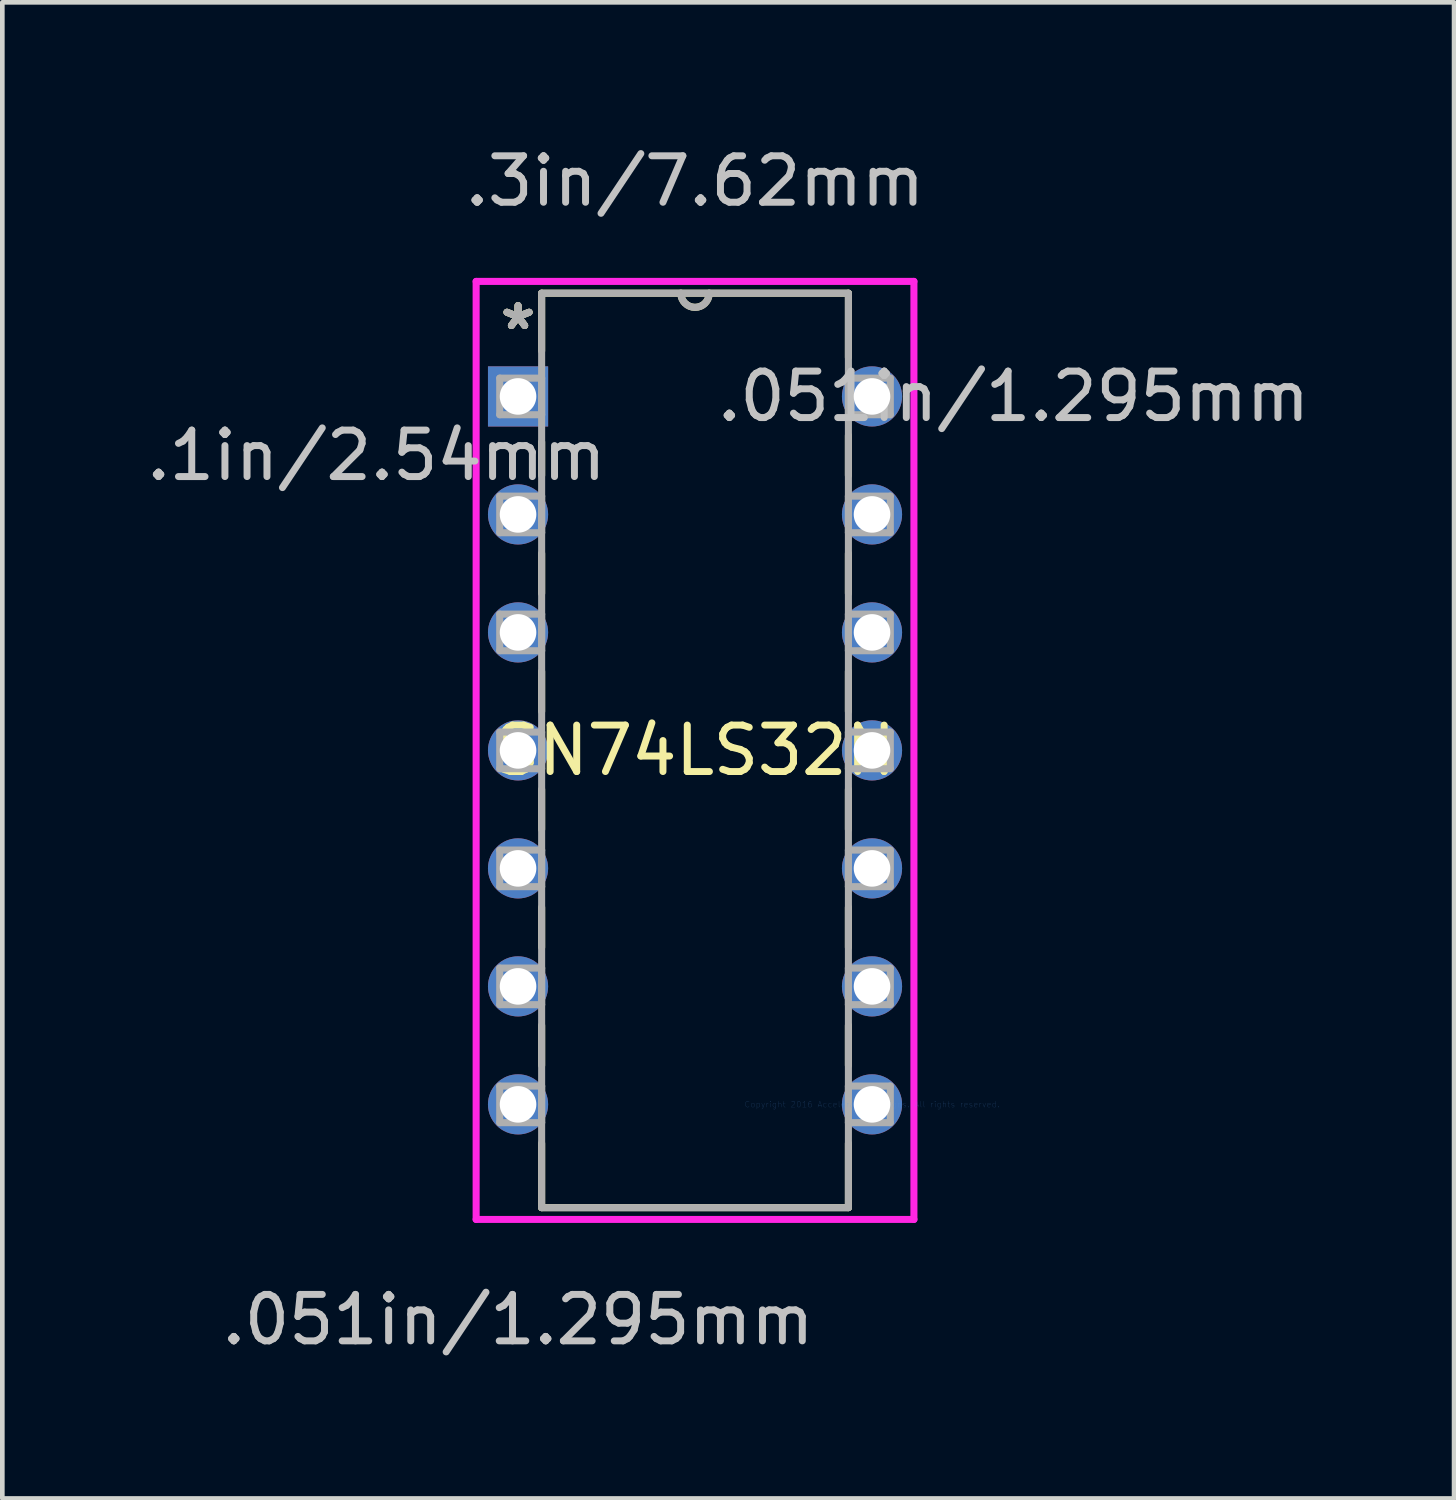
<source format=kicad_pcb>
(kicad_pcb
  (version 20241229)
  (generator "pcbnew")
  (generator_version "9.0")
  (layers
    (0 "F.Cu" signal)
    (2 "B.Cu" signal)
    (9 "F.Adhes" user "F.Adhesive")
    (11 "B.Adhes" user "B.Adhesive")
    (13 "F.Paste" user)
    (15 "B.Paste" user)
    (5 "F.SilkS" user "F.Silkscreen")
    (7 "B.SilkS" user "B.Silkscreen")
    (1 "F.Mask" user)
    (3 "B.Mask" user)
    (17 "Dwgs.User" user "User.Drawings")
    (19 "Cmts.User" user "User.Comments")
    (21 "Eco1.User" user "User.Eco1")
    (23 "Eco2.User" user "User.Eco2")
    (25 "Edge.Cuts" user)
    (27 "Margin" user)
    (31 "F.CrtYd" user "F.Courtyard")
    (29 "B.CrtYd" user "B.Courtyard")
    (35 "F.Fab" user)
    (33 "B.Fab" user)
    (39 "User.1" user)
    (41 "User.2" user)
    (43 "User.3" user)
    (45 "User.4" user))
  (footprint "SN74LS32N"
    (layer "F.Cu")
    (at 15.722 20.724)
    (property "Reference" "SN74LS32N" (at -3.81 -7.62 0) (layer "F.SilkS") (effects (font (size 1 1) (thickness 0.15))))
    (attr through_hole)
    (fp_line (start -7.112 -17.462) (end -7.112 -16.22) (stroke (width 0.152) (type solid)) (layer "F.SilkS"))
    (fp_line (start -7.112 -14.26) (end -7.112 -13.539) (stroke (width 0.152) (type solid)) (layer "F.SilkS"))
    (fp_line (start -7.112 -11.861) (end -7.112 -10.999) (stroke (width 0.152) (type solid)) (layer "F.SilkS"))
    (fp_line (start -7.112 -9.321) (end -7.112 -8.459) (stroke (width 0.152) (type solid)) (layer "F.SilkS"))
    (fp_line (start -7.112 -6.781) (end -7.112 -5.919) (stroke (width 0.152) (type solid)) (layer "F.SilkS"))
    (fp_line (start -7.112 -4.241) (end -7.112 -3.379) (stroke (width 0.152) (type solid)) (layer "F.SilkS"))
    (fp_line (start -7.112 -1.701) (end -7.112 -0.839) (stroke (width 0.152) (type solid)) (layer "F.SilkS"))
    (fp_line (start -7.112 0.839) (end -7.112 2.223) (stroke (width 0.152) (type solid)) (layer "F.SilkS"))
    (fp_line (start -7.112 2.223) (end -0.508 2.223) (stroke (width 0.152) (type solid)) (layer "F.SilkS"))
    (fp_line (start -0.508 -17.462) (end -7.112 -17.462) (stroke (width 0.152) (type solid)) (layer "F.SilkS"))
    (fp_line (start -0.508 -16.079) (end -0.508 -17.462) (stroke (width 0.152) (type solid)) (layer "F.SilkS"))
    (fp_line (start -0.508 -13.539) (end -0.508 -14.401) (stroke (width 0.152) (type solid)) (layer "F.SilkS"))
    (fp_line (start -0.508 -10.999) (end -0.508 -11.861) (stroke (width 0.152) (type solid)) (layer "F.SilkS"))
    (fp_line (start -0.508 -8.459) (end -0.508 -9.321) (stroke (width 0.152) (type solid)) (layer "F.SilkS"))
    (fp_line (start -0.508 -5.919) (end -0.508 -6.781) (stroke (width 0.152) (type solid)) (layer "F.SilkS"))
    (fp_line (start -0.508 -3.379) (end -0.508 -4.241) (stroke (width 0.152) (type solid)) (layer "F.SilkS"))
    (fp_line (start -0.508 -0.839) (end -0.508 -1.701) (stroke (width 0.152) (type solid)) (layer "F.SilkS"))
    (fp_line (start -0.508 2.223) (end -0.508 0.839) (stroke (width 0.152) (type solid)) (layer "F.SilkS"))
    (fp_arc (start -3.5052 -17.4625) (mid -3.81 -17.1577) (end -4.1148 -17.4625) (stroke (width 0.1524) (type solid)) (layer "F.SilkS"))
    (fp_line (start -8.522 -17.716) (end 0.902 -17.716) (stroke (width 0.152) (type solid)) (layer "F.CrtYd"))
    (fp_line (start -8.522 2.477) (end -8.522 -17.716) (stroke (width 0.152) (type solid)) (layer "F.CrtYd"))
    (fp_line (start 0.902 -17.716) (end 0.902 2.477) (stroke (width 0.152) (type solid)) (layer "F.CrtYd"))
    (fp_line (start 0.902 2.477) (end -8.522 2.477) (stroke (width 0.152) (type solid)) (layer "F.CrtYd"))
    (fp_line (start -8.014 -15.634) (end -8.014 -14.846) (stroke (width 0.152) (type solid)) (layer "F.Fab"))
    (fp_line (start -8.014 -14.846) (end -7.112 -14.846) (stroke (width 0.152) (type solid)) (layer "F.Fab"))
    (fp_line (start -8.014 -13.094) (end -8.014 -12.306) (stroke (width 0.152) (type solid)) (layer "F.Fab"))
    (fp_line (start -8.014 -12.306) (end -7.112 -12.306) (stroke (width 0.152) (type solid)) (layer "F.Fab"))
    (fp_line (start -8.014 -10.554) (end -8.014 -9.766) (stroke (width 0.152) (type solid)) (layer "F.Fab"))
    (fp_line (start -8.014 -9.766) (end -7.112 -9.766) (stroke (width 0.152) (type solid)) (layer "F.Fab"))
    (fp_line (start -8.014 -8.014) (end -8.014 -7.226) (stroke (width 0.152) (type solid)) (layer "F.Fab"))
    (fp_line (start -8.014 -7.226) (end -7.112 -7.226) (stroke (width 0.152) (type solid)) (layer "F.Fab"))
    (fp_line (start -8.014 -5.474) (end -8.014 -4.686) (stroke (width 0.152) (type solid)) (layer "F.Fab"))
    (fp_line (start -8.014 -4.686) (end -7.112 -4.686) (stroke (width 0.152) (type solid)) (layer "F.Fab"))
    (fp_line (start -8.014 -2.934) (end -8.014 -2.146) (stroke (width 0.152) (type solid)) (layer "F.Fab"))
    (fp_line (start -8.014 -2.146) (end -7.112 -2.146) (stroke (width 0.152) (type solid)) (layer "F.Fab"))
    (fp_line (start -8.014 -0.394) (end -8.014 0.394) (stroke (width 0.152) (type solid)) (layer "F.Fab"))
    (fp_line (start -8.014 0.394) (end -7.112 0.394) (stroke (width 0.152) (type solid)) (layer "F.Fab"))
    (fp_line (start -7.112 -17.462) (end -7.112 2.223) (stroke (width 0.152) (type solid)) (layer "F.Fab"))
    (fp_line (start -7.112 -15.634) (end -8.014 -15.634) (stroke (width 0.152) (type solid)) (layer "F.Fab"))
    (fp_line (start -7.112 -14.846) (end -7.112 -15.634) (stroke (width 0.152) (type solid)) (layer "F.Fab"))
    (fp_line (start -7.112 -13.094) (end -8.014 -13.094) (stroke (width 0.152) (type solid)) (layer "F.Fab"))
    (fp_line (start -7.112 -12.306) (end -7.112 -13.094) (stroke (width 0.152) (type solid)) (layer "F.Fab"))
    (fp_line (start -7.112 -10.554) (end -8.014 -10.554) (stroke (width 0.152) (type solid)) (layer "F.Fab"))
    (fp_line (start -7.112 -9.766) (end -7.112 -10.554) (stroke (width 0.152) (type solid)) (layer "F.Fab"))
    (fp_line (start -7.112 -8.014) (end -8.014 -8.014) (stroke (width 0.152) (type solid)) (layer "F.Fab"))
    (fp_line (start -7.112 -7.226) (end -7.112 -8.014) (stroke (width 0.152) (type solid)) (layer "F.Fab"))
    (fp_line (start -7.112 -5.474) (end -8.014 -5.474) (stroke (width 0.152) (type solid)) (layer "F.Fab"))
    (fp_line (start -7.112 -4.686) (end -7.112 -5.474) (stroke (width 0.152) (type solid)) (layer "F.Fab"))
    (fp_line (start -7.112 -2.934) (end -8.014 -2.934) (stroke (width 0.152) (type solid)) (layer "F.Fab"))
    (fp_line (start -7.112 -2.146) (end -7.112 -2.934) (stroke (width 0.152) (type solid)) (layer "F.Fab"))
    (fp_line (start -7.112 -0.394) (end -8.014 -0.394) (stroke (width 0.152) (type solid)) (layer "F.Fab"))
    (fp_line (start -7.112 0.394) (end -7.112 -0.394) (stroke (width 0.152) (type solid)) (layer "F.Fab"))
    (fp_line (start -7.112 2.223) (end -0.508 2.223) (stroke (width 0.152) (type solid)) (layer "F.Fab"))
    (fp_line (start -0.508 -17.462) (end -7.112 -17.462) (stroke (width 0.152) (type solid)) (layer "F.Fab"))
    (fp_line (start -0.508 -15.634) (end -0.508 -14.846) (stroke (width 0.152) (type solid)) (layer "F.Fab"))
    (fp_line (start -0.508 -14.846) (end 0.394 -14.846) (stroke (width 0.152) (type solid)) (layer "F.Fab"))
    (fp_line (start -0.508 -13.094) (end -0.508 -12.306) (stroke (width 0.152) (type solid)) (layer "F.Fab"))
    (fp_line (start -0.508 -12.306) (end 0.394 -12.306) (stroke (width 0.152) (type solid)) (layer "F.Fab"))
    (fp_line (start -0.508 -10.554) (end -0.508 -9.766) (stroke (width 0.152) (type solid)) (layer "F.Fab"))
    (fp_line (start -0.508 -9.766) (end 0.394 -9.766) (stroke (width 0.152) (type solid)) (layer "F.Fab"))
    (fp_line (start -0.508 -8.014) (end -0.508 -7.226) (stroke (width 0.152) (type solid)) (layer "F.Fab"))
    (fp_line (start -0.508 -7.226) (end 0.394 -7.226) (stroke (width 0.152) (type solid)) (layer "F.Fab"))
    (fp_line (start -0.508 -5.474) (end -0.508 -4.686) (stroke (width 0.152) (type solid)) (layer "F.Fab"))
    (fp_line (start -0.508 -4.686) (end 0.394 -4.686) (stroke (width 0.152) (type solid)) (layer "F.Fab"))
    (fp_line (start -0.508 -2.934) (end -0.508 -2.146) (stroke (width 0.152) (type solid)) (layer "F.Fab"))
    (fp_line (start -0.508 -2.146) (end 0.394 -2.146) (stroke (width 0.152) (type solid)) (layer "F.Fab"))
    (fp_line (start -0.508 -0.394) (end -0.508 0.394) (stroke (width 0.152) (type solid)) (layer "F.Fab"))
    (fp_line (start -0.508 0.394) (end 0.394 0.394) (stroke (width 0.152) (type solid)) (layer "F.Fab"))
    (fp_line (start -0.508 2.223) (end -0.508 -17.462) (stroke (width 0.152) (type solid)) (layer "F.Fab"))
    (fp_line (start 0.394 -15.634) (end -0.508 -15.634) (stroke (width 0.152) (type solid)) (layer "F.Fab"))
    (fp_line (start 0.394 -14.846) (end 0.394 -15.634) (stroke (width 0.152) (type solid)) (layer "F.Fab"))
    (fp_line (start 0.394 -13.094) (end -0.508 -13.094) (stroke (width 0.152) (type solid)) (layer "F.Fab"))
    (fp_line (start 0.394 -12.306) (end 0.394 -13.094) (stroke (width 0.152) (type solid)) (layer "F.Fab"))
    (fp_line (start 0.394 -10.554) (end -0.508 -10.554) (stroke (width 0.152) (type solid)) (layer "F.Fab"))
    (fp_line (start 0.394 -9.766) (end 0.394 -10.554) (stroke (width 0.152) (type solid)) (layer "F.Fab"))
    (fp_line (start 0.394 -8.014) (end -0.508 -8.014) (stroke (width 0.152) (type solid)) (layer "F.Fab"))
    (fp_line (start 0.394 -7.226) (end 0.394 -8.014) (stroke (width 0.152) (type solid)) (layer "F.Fab"))
    (fp_line (start 0.394 -5.474) (end -0.508 -5.474) (stroke (width 0.152) (type solid)) (layer "F.Fab"))
    (fp_line (start 0.394 -4.686) (end 0.394 -5.474) (stroke (width 0.152) (type solid)) (layer "F.Fab"))
    (fp_line (start 0.394 -2.934) (end -0.508 -2.934) (stroke (width 0.152) (type solid)) (layer "F.Fab"))
    (fp_line (start 0.394 -2.146) (end 0.394 -2.934) (stroke (width 0.152) (type solid)) (layer "F.Fab"))
    (fp_line (start 0.394 -0.394) (end -0.508 -0.394) (stroke (width 0.152) (type solid)) (layer "F.Fab"))
    (fp_line (start 0.394 0.394) (end 0.394 -0.394) (stroke (width 0.152) (type solid)) (layer "F.Fab"))
    (fp_arc (start -3.5052 -17.4625) (mid -3.81 -17.1577) (end -4.1148 -17.4625) (stroke (width 0.1524) (type solid)) (layer "F.Fab"))
    (fp_text user "*" (at -7.62 -16.65 0) (layer "F.SilkS") (effects (font (size 1 1) (thickness 0.15))))
    (fp_text user "*" (at -7.62 -16.65 0) (layer "F.SilkS") (effects (font (size 1 1) (thickness 0.15))))
    (fp_text user ".3in/7.62mm" (at -3.81 -19.875 0) (layer "Dwgs.User") (effects (font (size 1 1) (thickness 0.15))))
    (fp_text user ".1in/2.54mm" (at -10.668 -13.97 0) (layer "Dwgs.User") (effects (font (size 1 1) (thickness 0.15))))
    (fp_text user ".051in/1.295mm" (at 3.048 -15.24 0) (layer "Dwgs.User") (effects (font (size 1 1) (thickness 0.15))))
    (fp_text user ".051in/1.295mm" (at -7.62 4.636 0) (layer "Dwgs.User") (effects (font (size 1 1) (thickness 0.15))))
    (fp_text user "Copyright 2016 Accelerated Designs. All rights reserved." (at 0 0 0) (layer "Cmts.User") (effects (font (size 0.127 0.127) (thickness 0.002))))
    (fp_text user "*" (at -7.62 -16.65 0) (layer "F.Fab") (effects (font (size 1 1) (thickness 0.15))))
    (fp_text user "*" (at -7.62 -16.65 0) (layer "F.Fab") (effects (font (size 1 1) (thickness 0.15))))
    (pad "1" thru_hole rect (at -7.62 -15.24) (size 1.295 1.295) (drill 0.787) (layers "*.Cu" "*.Mask"))
    (pad "2" thru_hole circle (at -7.62 -12.7) (size 1.295 1.295) (drill 0.787) (layers "*.Cu" "*.Mask"))
    (pad "3" thru_hole circle (at -7.62 -10.16) (size 1.295 1.295) (drill 0.787) (layers "*.Cu" "*.Mask"))
    (pad "4" thru_hole circle (at -7.62 -7.62) (size 1.295 1.295) (drill 0.787) (layers "*.Cu" "*.Mask"))
    (pad "5" thru_hole circle (at -7.62 -5.08) (size 1.295 1.295) (drill 0.787) (layers "*.Cu" "*.Mask"))
    (pad "6" thru_hole circle (at -7.62 -2.54) (size 1.295 1.295) (drill 0.787) (layers "*.Cu" "*.Mask"))
    (pad "7" thru_hole circle (at -7.62 0) (size 1.295 1.295) (drill 0.787) (layers "*.Cu" "*.Mask"))
    (pad "8" thru_hole circle (at 0 0) (size 1.295 1.295) (drill 0.787) (layers "*.Cu" "*.Mask"))
    (pad "9" thru_hole circle (at 0 -2.54) (size 1.295 1.295) (drill 0.787) (layers "*.Cu" "*.Mask"))
    (pad "10" thru_hole circle (at 0 -5.08) (size 1.295 1.295) (drill 0.787) (layers "*.Cu" "*.Mask"))
    (pad "11" thru_hole circle (at 0 -7.62) (size 1.295 1.295) (drill 0.787) (layers "*.Cu" "*.Mask"))
    (pad "12" thru_hole circle (at 0 -10.16) (size 1.295 1.295) (drill 0.787) (layers "*.Cu" "*.Mask"))
    (pad "13" thru_hole circle (at 0 -12.7) (size 1.295 1.295) (drill 0.787) (layers "*.Cu" "*.Mask"))
    (pad "14" thru_hole circle (at 0 -15.24) (size 1.295 1.295) (drill 0.787) (layers "*.Cu" "*.Mask")))
  (gr_rect
    (start -3 -3)
    (end 28.252 29.207)
    (stroke (width 0.1) (type default))
    (fill no)
    (layer "Edge.Cuts")))
</source>
